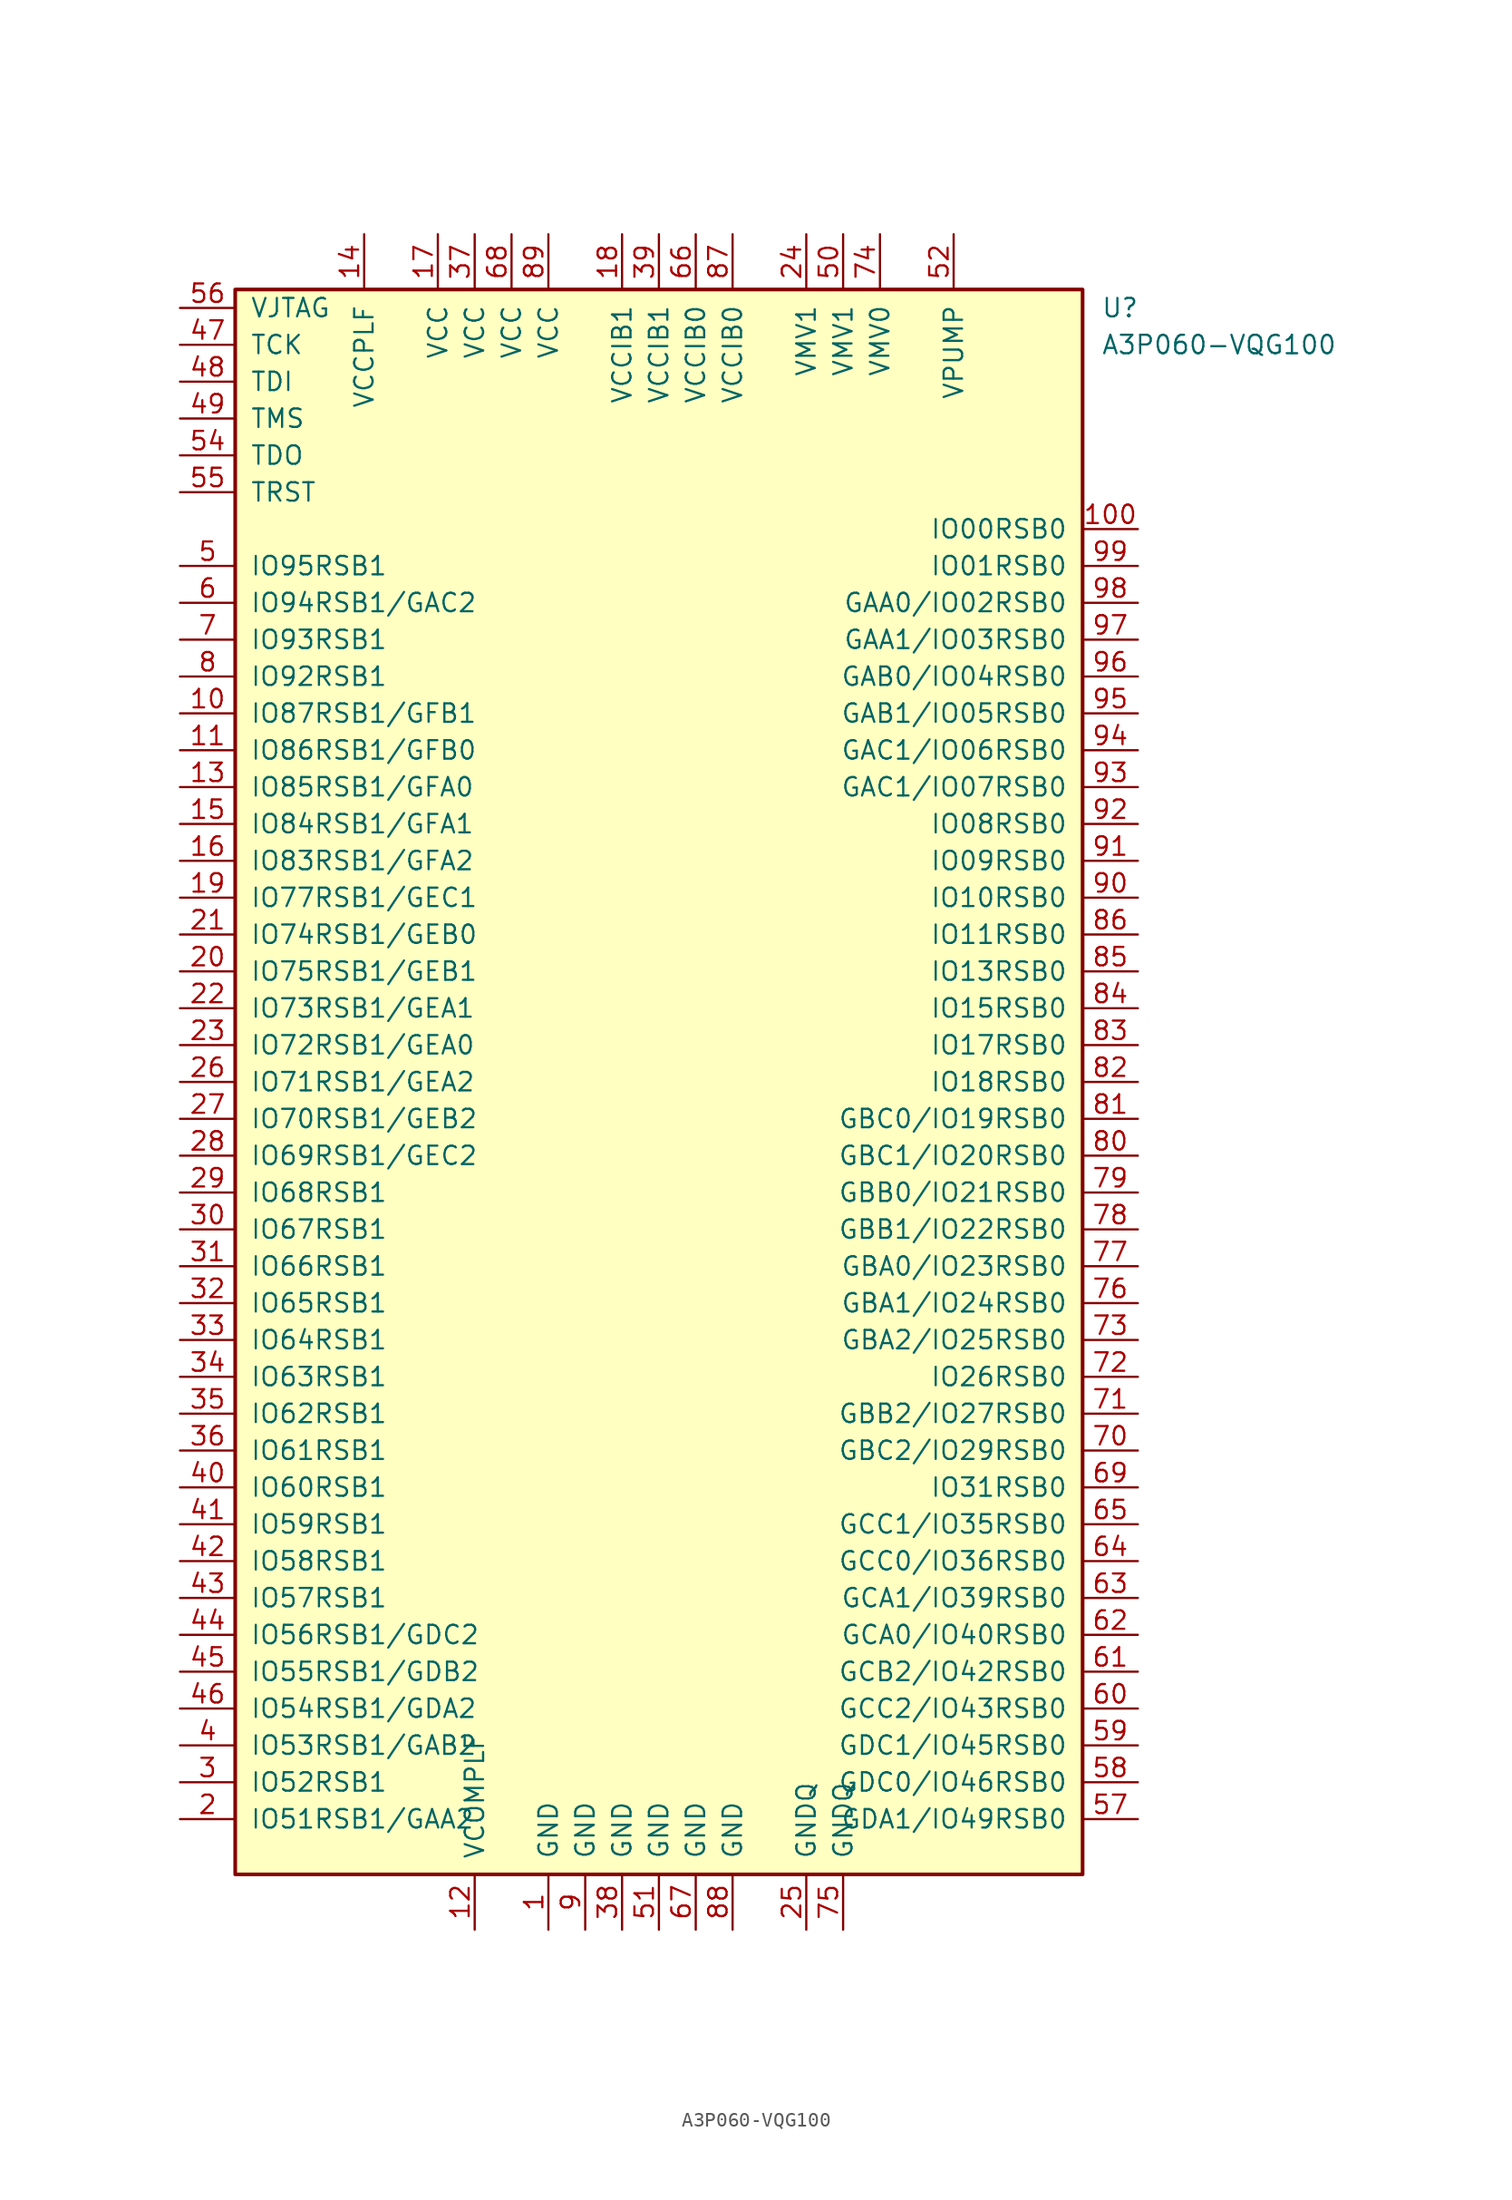
<source format=kicad_sym>
(kicad_symbol_lib
  (version 20211014)
  (generator kicad_symbol_editor)
  (symbol "A3P060-VQG100"
    (pin_names
      (offset 1.016))
    (property "Reference" "U"
      (at 30.48 53.34 0)
      (effects (font (size 1.27 1.27)) (justify left)))
    (property "Value" "A3P060-VQG100"
      (at 30.48 50.8 0)
      (effects (font (size 1.27 1.27)) (justify left)))
    (symbol "A3P060-VQG100_0_1"
      (rectangle (start -29.21 54.61) (end 29.21 -54.61) (stroke (width 0.254) (type default) (color 0 0 0 0)) (fill (type background))))
    (symbol "A3P060-VQG100_1_1"
      (pin power_in line (at -7.62 -58.42 90) (length 3.81) (name "GND" (effects (font (size 1.27 1.27)))) (number "1" (effects (font (size 1.27 1.27)))))
      (pin bidirectional line (at -33.02 25.4 0) (length 3.81) (name "IO87RSB1/GFB1" (effects (font (size 1.27 1.27)))) (number "10" (effects (font (size 1.27 1.27)))))
      (pin bidirectional line (at 33.02 38.1 180) (length 3.81) (name "IO00RSB0" (effects (font (size 1.27 1.27)))) (number "100" (effects (font (size 1.27 1.27)))))
      (pin bidirectional line (at -33.02 22.86 0) (length 3.81) (name "IO86RSB1/GFB0" (effects (font (size 1.27 1.27)))) (number "11" (effects (font (size 1.27 1.27)))))
      (pin power_in line (at -12.7 -58.42 90) (length 3.81) (name "VCOMPLF" (effects (font (size 1.27 1.27)))) (number "12" (effects (font (size 1.27 1.27)))))
      (pin bidirectional line (at -33.02 20.32 0) (length 3.81) (name "IO85RSB1/GFA0" (effects (font (size 1.27 1.27)))) (number "13" (effects (font (size 1.27 1.27)))))
      (pin power_in line (at -20.32 58.42 270) (length 3.81) (name "VCCPLF" (effects (font (size 1.27 1.27)))) (number "14" (effects (font (size 1.27 1.27)))))
      (pin bidirectional line (at -33.02 17.78 0) (length 3.81) (name "IO84RSB1/GFA1" (effects (font (size 1.27 1.27)))) (number "15" (effects (font (size 1.27 1.27)))))
      (pin bidirectional line (at -33.02 15.24 0) (length 3.81) (name "IO83RSB1/GFA2" (effects (font (size 1.27 1.27)))) (number "16" (effects (font (size 1.27 1.27)))))
      (pin power_in line (at -15.24 58.42 270) (length 3.81) (name "VCC" (effects (font (size 1.27 1.27)))) (number "17" (effects (font (size 1.27 1.27)))))
      (pin power_in line (at -2.54 58.42 270) (length 3.81) (name "VCCIB1" (effects (font (size 1.27 1.27)))) (number "18" (effects (font (size 1.27 1.27)))))
      (pin bidirectional line (at -33.02 12.7 0) (length 3.81) (name "IO77RSB1/GEC1" (effects (font (size 1.27 1.27)))) (number "19" (effects (font (size 1.27 1.27)))))
      (pin bidirectional line (at -33.02 -50.8 0) (length 3.81) (name "IO51RSB1/GAA2" (effects (font (size 1.27 1.27)))) (number "2" (effects (font (size 1.27 1.27)))))
      (pin bidirectional line (at -33.02 7.62 0) (length 3.81) (name "IO75RSB1/GEB1" (effects (font (size 1.27 1.27)))) (number "20" (effects (font (size 1.27 1.27)))))
      (pin bidirectional line (at -33.02 10.16 0) (length 3.81) (name "IO74RSB1/GEB0" (effects (font (size 1.27 1.27)))) (number "21" (effects (font (size 1.27 1.27)))))
      (pin bidirectional line (at -33.02 5.08 0) (length 3.81) (name "IO73RSB1/GEA1" (effects (font (size 1.27 1.27)))) (number "22" (effects (font (size 1.27 1.27)))))
      (pin bidirectional line (at -33.02 2.54 0) (length 3.81) (name "IO72RSB1/GEA0" (effects (font (size 1.27 1.27)))) (number "23" (effects (font (size 1.27 1.27)))))
      (pin power_in line (at 10.16 58.42 270) (length 3.81) (name "VMV1" (effects (font (size 1.27 1.27)))) (number "24" (effects (font (size 1.27 1.27)))))
      (pin power_in line (at 10.16 -58.42 90) (length 3.81) (name "GNDQ" (effects (font (size 1.27 1.27)))) (number "25" (effects (font (size 1.27 1.27)))))
      (pin bidirectional line (at -33.02 0 0) (length 3.81) (name "IO71RSB1/GEA2" (effects (font (size 1.27 1.27)))) (number "26" (effects (font (size 1.27 1.27)))))
      (pin bidirectional line (at -33.02 -2.54 0) (length 3.81) (name "IO70RSB1/GEB2" (effects (font (size 1.27 1.27)))) (number "27" (effects (font (size 1.27 1.27)))))
      (pin bidirectional line (at -33.02 -5.08 0) (length 3.81) (name "IO69RSB1/GEC2" (effects (font (size 1.27 1.27)))) (number "28" (effects (font (size 1.27 1.27)))))
      (pin bidirectional line (at -33.02 -7.62 0) (length 3.81) (name "IO68RSB1" (effects (font (size 1.27 1.27)))) (number "29" (effects (font (size 1.27 1.27)))))
      (pin bidirectional line (at -33.02 -48.26 0) (length 3.81) (name "IO52RSB1" (effects (font (size 1.27 1.27)))) (number "3" (effects (font (size 1.27 1.27)))))
      (pin bidirectional line (at -33.02 -10.16 0) (length 3.81) (name "IO67RSB1" (effects (font (size 1.27 1.27)))) (number "30" (effects (font (size 1.27 1.27)))))
      (pin bidirectional line (at -33.02 -12.7 0) (length 3.81) (name "IO66RSB1" (effects (font (size 1.27 1.27)))) (number "31" (effects (font (size 1.27 1.27)))))
      (pin bidirectional line (at -33.02 -15.24 0) (length 3.81) (name "IO65RSB1" (effects (font (size 1.27 1.27)))) (number "32" (effects (font (size 1.27 1.27)))))
      (pin bidirectional line (at -33.02 -17.78 0) (length 3.81) (name "IO64RSB1" (effects (font (size 1.27 1.27)))) (number "33" (effects (font (size 1.27 1.27)))))
      (pin bidirectional line (at -33.02 -20.32 0) (length 3.81) (name "IO63RSB1" (effects (font (size 1.27 1.27)))) (number "34" (effects (font (size 1.27 1.27)))))
      (pin bidirectional line (at -33.02 -22.86 0) (length 3.81) (name "IO62RSB1" (effects (font (size 1.27 1.27)))) (number "35" (effects (font (size 1.27 1.27)))))
      (pin bidirectional line (at -33.02 -25.4 0) (length 3.81) (name "IO61RSB1" (effects (font (size 1.27 1.27)))) (number "36" (effects (font (size 1.27 1.27)))))
      (pin power_in line (at -12.7 58.42 270) (length 3.81) (name "VCC" (effects (font (size 1.27 1.27)))) (number "37" (effects (font (size 1.27 1.27)))))
      (pin power_in line (at -2.54 -58.42 90) (length 3.81) (name "GND" (effects (font (size 1.27 1.27)))) (number "38" (effects (font (size 1.27 1.27)))))
      (pin power_in line (at 0 58.42 270) (length 3.81) (name "VCCIB1" (effects (font (size 1.27 1.27)))) (number "39" (effects (font (size 1.27 1.27)))))
      (pin bidirectional line (at -33.02 -45.72 0) (length 3.81) (name "IO53RSB1/GAB2" (effects (font (size 1.27 1.27)))) (number "4" (effects (font (size 1.27 1.27)))))
      (pin bidirectional line (at -33.02 -27.94 0) (length 3.81) (name "IO60RSB1" (effects (font (size 1.27 1.27)))) (number "40" (effects (font (size 1.27 1.27)))))
      (pin bidirectional line (at -33.02 -30.48 0) (length 3.81) (name "IO59RSB1" (effects (font (size 1.27 1.27)))) (number "41" (effects (font (size 1.27 1.27)))))
      (pin bidirectional line (at -33.02 -33.02 0) (length 3.81) (name "IO58RSB1" (effects (font (size 1.27 1.27)))) (number "42" (effects (font (size 1.27 1.27)))))
      (pin bidirectional line (at -33.02 -35.56 0) (length 3.81) (name "IO57RSB1" (effects (font (size 1.27 1.27)))) (number "43" (effects (font (size 1.27 1.27)))))
      (pin bidirectional line (at -33.02 -38.1 0) (length 3.81) (name "IO56RSB1/GDC2" (effects (font (size 1.27 1.27)))) (number "44" (effects (font (size 1.27 1.27)))))
      (pin bidirectional line (at -33.02 -40.64 0) (length 3.81) (name "IO55RSB1/GDB2" (effects (font (size 1.27 1.27)))) (number "45" (effects (font (size 1.27 1.27)))))
      (pin bidirectional line (at -33.02 -43.18 0) (length 3.81) (name "IO54RSB1/GDA2" (effects (font (size 1.27 1.27)))) (number "46" (effects (font (size 1.27 1.27)))))
      (pin bidirectional line (at -33.02 50.8 0) (length 3.81) (name "TCK" (effects (font (size 1.27 1.27)))) (number "47" (effects (font (size 1.27 1.27)))))
      (pin bidirectional line (at -33.02 48.26 0) (length 3.81) (name "TDI" (effects (font (size 1.27 1.27)))) (number "48" (effects (font (size 1.27 1.27)))))
      (pin bidirectional line (at -33.02 45.72 0) (length 3.81) (name "TMS" (effects (font (size 1.27 1.27)))) (number "49" (effects (font (size 1.27 1.27)))))
      (pin bidirectional line (at -33.02 35.56 0) (length 3.81) (name "IO95RSB1" (effects (font (size 1.27 1.27)))) (number "5" (effects (font (size 1.27 1.27)))))
      (pin power_in line (at 12.7 58.42 270) (length 3.81) (name "VMV1" (effects (font (size 1.27 1.27)))) (number "50" (effects (font (size 1.27 1.27)))))
      (pin power_in line (at 0 -58.42 90) (length 3.81) (name "GND" (effects (font (size 1.27 1.27)))) (number "51" (effects (font (size 1.27 1.27)))))
      (pin power_in line (at 20.32 58.42 270) (length 3.81) (name "VPUMP" (effects (font (size 1.27 1.27)))) (number "52" (effects (font (size 1.27 1.27)))))
      (pin bidirectional line (at -33.02 43.18 0) (length 3.81) (name "TDO" (effects (font (size 1.27 1.27)))) (number "54" (effects (font (size 1.27 1.27)))))
      (pin bidirectional line (at -33.02 40.64 0) (length 3.81) (name "TRST" (effects (font (size 1.27 1.27)))) (number "55" (effects (font (size 1.27 1.27)))))
      (pin bidirectional line (at -33.02 53.34 0) (length 3.81) (name "VJTAG" (effects (font (size 1.27 1.27)))) (number "56" (effects (font (size 1.27 1.27)))))
      (pin bidirectional line (at 33.02 -50.8 180) (length 3.81) (name "GDA1/IO49RSB0" (effects (font (size 1.27 1.27)))) (number "57" (effects (font (size 1.27 1.27)))))
      (pin bidirectional line (at 33.02 -48.26 180) (length 3.81) (name "GDC0/IO46RSB0" (effects (font (size 1.27 1.27)))) (number "58" (effects (font (size 1.27 1.27)))))
      (pin bidirectional line (at 33.02 -45.72 180) (length 3.81) (name "GDC1/IO45RSB0" (effects (font (size 1.27 1.27)))) (number "59" (effects (font (size 1.27 1.27)))))
      (pin bidirectional line (at -33.02 33.02 0) (length 3.81) (name "IO94RSB1/GAC2" (effects (font (size 1.27 1.27)))) (number "6" (effects (font (size 1.27 1.27)))))
      (pin bidirectional line (at 33.02 -43.18 180) (length 3.81) (name "GCC2/IO43RSB0" (effects (font (size 1.27 1.27)))) (number "60" (effects (font (size 1.27 1.27)))))
      (pin bidirectional line (at 33.02 -40.64 180) (length 3.81) (name "GCB2/IO42RSB0" (effects (font (size 1.27 1.27)))) (number "61" (effects (font (size 1.27 1.27)))))
      (pin bidirectional line (at 33.02 -38.1 180) (length 3.81) (name "GCA0/IO40RSB0" (effects (font (size 1.27 1.27)))) (number "62" (effects (font (size 1.27 1.27)))))
      (pin bidirectional line (at 33.02 -35.56 180) (length 3.81) (name "GCA1/IO39RSB0" (effects (font (size 1.27 1.27)))) (number "63" (effects (font (size 1.27 1.27)))))
      (pin bidirectional line (at 33.02 -33.02 180) (length 3.81) (name "GCC0/IO36RSB0" (effects (font (size 1.27 1.27)))) (number "64" (effects (font (size 1.27 1.27)))))
      (pin bidirectional line (at 33.02 -30.48 180) (length 3.81) (name "GCC1/IO35RSB0" (effects (font (size 1.27 1.27)))) (number "65" (effects (font (size 1.27 1.27)))))
      (pin power_in line (at 2.54 58.42 270) (length 3.81) (name "VCCIB0" (effects (font (size 1.27 1.27)))) (number "66" (effects (font (size 1.27 1.27)))))
      (pin power_in line (at 2.54 -58.42 90) (length 3.81) (name "GND" (effects (font (size 1.27 1.27)))) (number "67" (effects (font (size 1.27 1.27)))))
      (pin power_in line (at -10.16 58.42 270) (length 3.81) (name "VCC" (effects (font (size 1.27 1.27)))) (number "68" (effects (font (size 1.27 1.27)))))
      (pin bidirectional line (at 33.02 -27.94 180) (length 3.81) (name "IO31RSB0" (effects (font (size 1.27 1.27)))) (number "69" (effects (font (size 1.27 1.27)))))
      (pin input line (at -33.02 30.48 0) (length 3.81) (name "IO93RSB1" (effects (font (size 1.27 1.27)))) (number "7" (effects (font (size 1.27 1.27)))))
      (pin bidirectional line (at 33.02 -25.4 180) (length 3.81) (name "GBC2/IO29RSB0" (effects (font (size 1.27 1.27)))) (number "70" (effects (font (size 1.27 1.27)))))
      (pin bidirectional line (at 33.02 -22.86 180) (length 3.81) (name "GBB2/IO27RSB0" (effects (font (size 1.27 1.27)))) (number "71" (effects (font (size 1.27 1.27)))))
      (pin bidirectional line (at 33.02 -20.32 180) (length 3.81) (name "IO26RSB0" (effects (font (size 1.27 1.27)))) (number "72" (effects (font (size 1.27 1.27)))))
      (pin bidirectional line (at 33.02 -17.78 180) (length 3.81) (name "GBA2/IO25RSB0" (effects (font (size 1.27 1.27)))) (number "73" (effects (font (size 1.27 1.27)))))
      (pin power_in line (at 15.24 58.42 270) (length 3.81) (name "VMV0" (effects (font (size 1.27 1.27)))) (number "74" (effects (font (size 1.27 1.27)))))
      (pin power_in line (at 12.7 -58.42 90) (length 3.81) (name "GNDQ" (effects (font (size 1.27 1.27)))) (number "75" (effects (font (size 1.27 1.27)))))
      (pin bidirectional line (at 33.02 -15.24 180) (length 3.81) (name "GBA1/IO24RSB0" (effects (font (size 1.27 1.27)))) (number "76" (effects (font (size 1.27 1.27)))))
      (pin bidirectional line (at 33.02 -12.7 180) (length 3.81) (name "GBA0/IO23RSB0" (effects (font (size 1.27 1.27)))) (number "77" (effects (font (size 1.27 1.27)))))
      (pin bidirectional line (at 33.02 -10.16 180) (length 3.81) (name "GBB1/IO22RSB0" (effects (font (size 1.27 1.27)))) (number "78" (effects (font (size 1.27 1.27)))))
      (pin bidirectional line (at 33.02 -7.62 180) (length 3.81) (name "GBB0/IO21RSB0" (effects (font (size 1.27 1.27)))) (number "79" (effects (font (size 1.27 1.27)))))
      (pin bidirectional line (at -33.02 27.94 0) (length 3.81) (name "IO92RSB1" (effects (font (size 1.27 1.27)))) (number "8" (effects (font (size 1.27 1.27)))))
      (pin bidirectional line (at 33.02 -5.08 180) (length 3.81) (name "GBC1/IO20RSB0" (effects (font (size 1.27 1.27)))) (number "80" (effects (font (size 1.27 1.27)))))
      (pin bidirectional line (at 33.02 -2.54 180) (length 3.81) (name "GBC0/IO19RSB0" (effects (font (size 1.27 1.27)))) (number "81" (effects (font (size 1.27 1.27)))))
      (pin bidirectional line (at 33.02 0 180) (length 3.81) (name "IO18RSB0" (effects (font (size 1.27 1.27)))) (number "82" (effects (font (size 1.27 1.27)))))
      (pin bidirectional line (at 33.02 2.54 180) (length 3.81) (name "IO17RSB0" (effects (font (size 1.27 1.27)))) (number "83" (effects (font (size 1.27 1.27)))))
      (pin bidirectional line (at 33.02 5.08 180) (length 3.81) (name "IO15RSB0" (effects (font (size 1.27 1.27)))) (number "84" (effects (font (size 1.27 1.27)))))
      (pin bidirectional line (at 33.02 7.62 180) (length 3.81) (name "IO13RSB0" (effects (font (size 1.27 1.27)))) (number "85" (effects (font (size 1.27 1.27)))))
      (pin bidirectional line (at 33.02 10.16 180) (length 3.81) (name "IO11RSB0" (effects (font (size 1.27 1.27)))) (number "86" (effects (font (size 1.27 1.27)))))
      (pin power_in line (at 5.08 58.42 270) (length 3.81) (name "VCCIB0" (effects (font (size 1.27 1.27)))) (number "87" (effects (font (size 1.27 1.27)))))
      (pin power_in line (at 5.08 -58.42 90) (length 3.81) (name "GND" (effects (font (size 1.27 1.27)))) (number "88" (effects (font (size 1.27 1.27)))))
      (pin power_in line (at -7.62 58.42 270) (length 3.81) (name "VCC" (effects (font (size 1.27 1.27)))) (number "89" (effects (font (size 1.27 1.27)))))
      (pin power_in line (at -5.08 -58.42 90) (length 3.81) (name "GND" (effects (font (size 1.27 1.27)))) (number "9" (effects (font (size 1.27 1.27)))))
      (pin input line (at 33.02 12.7 180) (length 3.81) (name "IO10RSB0" (effects (font (size 1.27 1.27)))) (number "90" (effects (font (size 1.27 1.27)))))
      (pin bidirectional line (at 33.02 15.24 180) (length 3.81) (name "IO09RSB0" (effects (font (size 1.27 1.27)))) (number "91" (effects (font (size 1.27 1.27)))))
      (pin bidirectional line (at 33.02 17.78 180) (length 3.81) (name "IO08RSB0" (effects (font (size 1.27 1.27)))) (number "92" (effects (font (size 1.27 1.27)))))
      (pin bidirectional line (at 33.02 20.32 180) (length 3.81) (name "GAC1/IO07RSB0" (effects (font (size 1.27 1.27)))) (number "93" (effects (font (size 1.27 1.27)))))
      (pin bidirectional line (at 33.02 22.86 180) (length 3.81) (name "GAC1/IO06RSB0" (effects (font (size 1.27 1.27)))) (number "94" (effects (font (size 1.27 1.27)))))
      (pin bidirectional line (at 33.02 25.4 180) (length 3.81) (name "GAB1/IO05RSB0" (effects (font (size 1.27 1.27)))) (number "95" (effects (font (size 1.27 1.27)))))
      (pin bidirectional line (at 33.02 27.94 180) (length 3.81) (name "GAB0/IO04RSB0" (effects (font (size 1.27 1.27)))) (number "96" (effects (font (size 1.27 1.27)))))
      (pin bidirectional line (at 33.02 30.48 180) (length 3.81) (name "GAA1/IO03RSB0" (effects (font (size 1.27 1.27)))) (number "97" (effects (font (size 1.27 1.27)))))
      (pin bidirectional line (at 33.02 33.02 180) (length 3.81) (name "GAA0/IO02RSB0" (effects (font (size 1.27 1.27)))) (number "98" (effects (font (size 1.27 1.27)))))
      (pin bidirectional line (at 33.02 35.56 180) (length 3.81) (name "IO01RSB0" (effects (font (size 1.27 1.27)))) (number "99" (effects (font (size 1.27 1.27))))))))
</source>
